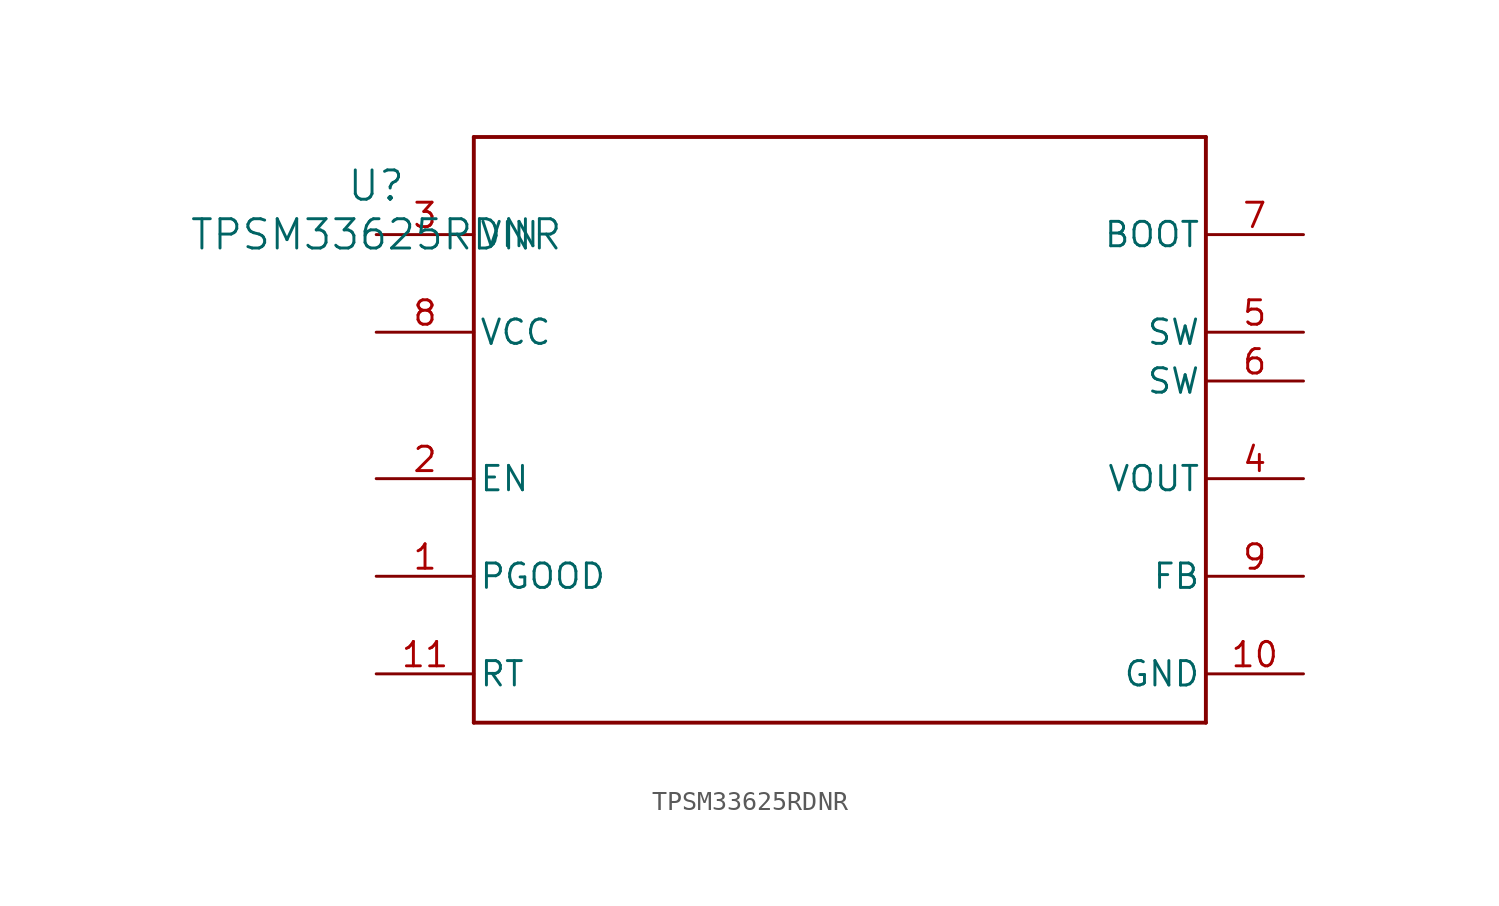
<source format=kicad_sym>
(kicad_symbol_lib
  (version 20211014)
  (generator kicad_symbol_editor)
  (symbol "TPSM33625RDNR"
    (pin_names
      (offset 0.254))
    (property "Reference" "U"
      (at 0 2.54 0)
      (effects (font (size 1.524 1.524))))
    (property "Value" "TPSM33625RDNR"
      (at 0 0 0)
      (effects (font (size 1.524 1.524))))
    (symbol "TPSM33625RDNR_0_1"
      (polyline (pts (xy 5.08 -25.4) (xy 43.18 -25.4)) (stroke (width 0.203) (type default) (color 0 0 0 0)) (fill (type none)))
      (polyline (pts (xy 43.18 -25.4) (xy 43.18 5.08)) (stroke (width 0.203) (type default) (color 0 0 0 0)) (fill (type none)))
      (polyline (pts (xy 43.18 5.08) (xy 5.08 5.08)) (stroke (width 0.203) (type default) (color 0 0 0 0)) (fill (type none)))
      (polyline (pts (xy 5.08 5.08) (xy 5.08 -25.4)) (stroke (width 0.203) (type default) (color 0 0 0 0)) (fill (type none)))
      (pin open_collector line (at 0 -17.78 0) (length 5.08) (name "PGOOD" (effects (font (size 1.27 1.27)))) (number "1" (effects (font (size 1.27 1.27)))))
      (pin input line (at 0 -12.7 0) (length 5.08) (name "EN" (effects (font (size 1.27 1.27)))) (number "2" (effects (font (size 1.27 1.27)))))
      (pin power_in line (at 0 0 0) (length 5.08) (name "VIN" (effects (font (size 1.27 1.27)))) (number "3" (effects (font (size 1.27 1.27)))))
      (pin power_in line (at 48.26 -12.7 180) (length 5.08) (name "VOUT" (effects (font (size 1.27 1.27)))) (number "4" (effects (font (size 1.27 1.27)))))
      (pin unspecified line (at 48.26 -5.08 180) (length 5.08) (name "SW" (effects (font (size 1.27 1.27)))) (number "5" (effects (font (size 1.27 1.27)))))
      (pin unspecified line (at 48.26 -7.62 180) (length 5.08) (name "SW" (effects (font (size 1.27 1.27)))) (number "6" (effects (font (size 1.27 1.27)))))
      (pin unspecified line (at 48.26 0 180) (length 5.08) (name "BOOT" (effects (font (size 1.27 1.27)))) (number "7" (effects (font (size 1.27 1.27)))))
      (pin unspecified line (at 0 -5.08 0) (length 5.08) (name "VCC" (effects (font (size 1.27 1.27)))) (number "8" (effects (font (size 1.27 1.27)))))
      (pin unspecified line (at 48.26 -17.78 180) (length 5.08) (name "FB" (effects (font (size 1.27 1.27)))) (number "9" (effects (font (size 1.27 1.27)))))
      (pin power_in line (at 48.26 -22.86 180) (length 5.08) (name "GND" (effects (font (size 1.27 1.27)))) (number "10" (effects (font (size 1.27 1.27)))))
      (pin unspecified line (at 0 -22.86 0) (length 5.08) (name "RT" (effects (font (size 1.27 1.27)))) (number "11" (effects (font (size 1.27 1.27))))))))
</source>
